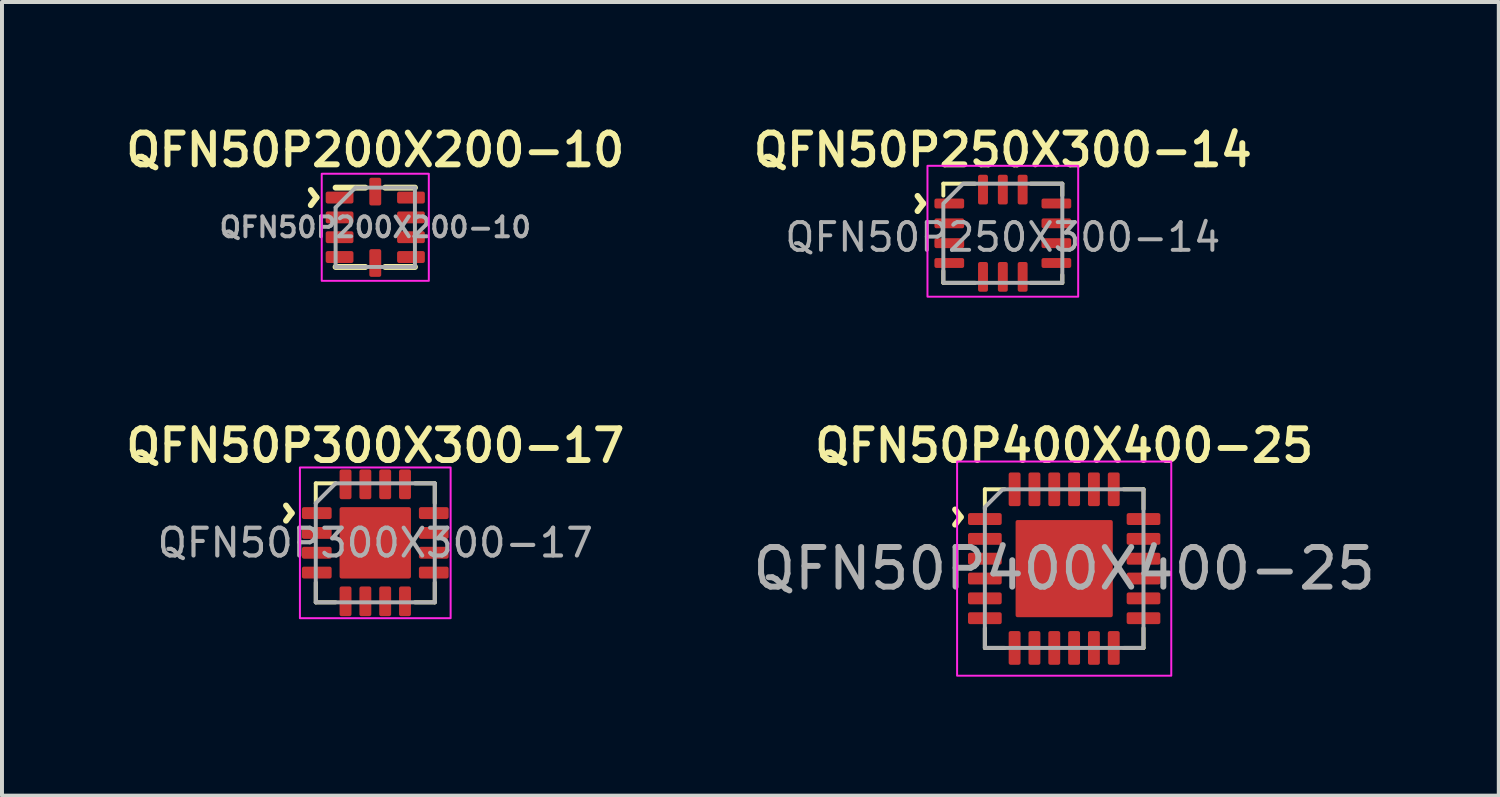
<source format=kicad_pcb>
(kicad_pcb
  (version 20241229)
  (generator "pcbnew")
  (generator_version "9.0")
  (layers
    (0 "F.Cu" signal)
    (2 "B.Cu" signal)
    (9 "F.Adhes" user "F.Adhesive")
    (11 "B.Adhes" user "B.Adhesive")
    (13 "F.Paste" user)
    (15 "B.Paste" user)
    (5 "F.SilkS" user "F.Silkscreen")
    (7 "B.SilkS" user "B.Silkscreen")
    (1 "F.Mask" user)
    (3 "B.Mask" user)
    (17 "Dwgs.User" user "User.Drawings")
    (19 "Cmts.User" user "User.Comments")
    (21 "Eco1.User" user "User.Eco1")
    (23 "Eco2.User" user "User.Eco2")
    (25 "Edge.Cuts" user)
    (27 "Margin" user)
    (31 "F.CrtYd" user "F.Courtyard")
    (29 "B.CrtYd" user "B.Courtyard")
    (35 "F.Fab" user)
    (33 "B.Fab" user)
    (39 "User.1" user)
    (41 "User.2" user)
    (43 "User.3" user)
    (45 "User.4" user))
  (footprint "QFN50P250X300-14"
    (layer "F.Cu")
    (at 22.235 2.831)
    (property "Reference" "QFN50P250X300-14" (at 0 -2.1 0) (layer "F.SilkS") (effects (font (size 0.8 0.8) (thickness 0.15))))
    (attr smd)
    (fp_line (start -1.5 -1.25) (end -1.5 -0.95) (stroke (width 0.1) (type solid)) (layer "F.SilkS"))
    (fp_line (start -1.5 -1.25) (end -0.7 -1.25) (stroke (width 0.1) (type solid)) (layer "F.SilkS"))
    (fp_line (start -1.5 1.25) (end -1.5 0.95) (stroke (width 0.1) (type solid)) (layer "F.SilkS"))
    (fp_line (start -1.5 1.25) (end -0.7 1.25) (stroke (width 0.1) (type solid)) (layer "F.SilkS"))
    (fp_line (start 1.5 -1.25) (end 0.7 -1.25) (stroke (width 0.1) (type solid)) (layer "F.SilkS"))
    (fp_line (start 1.5 -1.25) (end 1.5 -0.95) (stroke (width 0.1) (type solid)) (layer "F.SilkS"))
    (fp_line (start 1.5 1.25) (end 0.7 1.25) (stroke (width 0.1) (type solid)) (layer "F.SilkS"))
    (fp_line (start 1.5 1.25) (end 1.5 1.05) (stroke (width 0.1) (type solid)) (layer "F.SilkS"))
    (fp_poly (pts (xy -1.9 1.6) (xy 1.9 1.6) (xy 1.9 -1.7) (xy -1.9 -1.7)) (stroke (width 0.05) (type solid)) (fill no) (layer "F.CrtYd"))
    (fp_poly (pts (xy -1.5 -0.75) (xy -1 -1.25) (xy 1.5 -1.25) (xy 1.5 1.25) (xy -1.5 1.25)) (stroke (width 0.1) (type solid)) (fill no) (layer "F.Fab"))
    (fp_text user "^" (at -2.6 -0.75 270) (unlocked yes) (layer "F.SilkS") (effects (font (size 1 1) (thickness 0.15))))
    (fp_text user "${REFERENCE}" (at 0 0.1 0) (layer "F.Fab") (effects (font (size 0.7 0.7) (thickness 0.1))))
    (pad "1" smd roundrect (at -1.35 -0.75) (size 0.75 0.25) (layers "F.Cu" "F.Mask" "F.Paste") (roundrect_rratio 0.2))
    (pad "2" smd roundrect (at -1.35 -0.25) (size 0.75 0.25) (layers "F.Cu" "F.Mask" "F.Paste") (roundrect_rratio 0.2))
    (pad "3" smd roundrect (at -1.35 0.25) (size 0.75 0.25) (layers "F.Cu" "F.Mask" "F.Paste") (roundrect_rratio 0.2))
    (pad "4" smd roundrect (at -1.35 0.75) (size 0.75 0.25) (layers "F.Cu" "F.Mask" "F.Paste") (roundrect_rratio 0.2))
    (pad "5" smd roundrect (at -0.5 1.1 90) (size 0.75 0.25) (layers "F.Cu" "F.Mask" "F.Paste") (roundrect_rratio 0.2))
    (pad "6" smd roundrect (at 0 1.1 90) (size 0.75 0.25) (layers "F.Cu" "F.Mask" "F.Paste") (roundrect_rratio 0.2))
    (pad "7" smd roundrect (at 0.5 1.1 90) (size 0.75 0.25) (layers "F.Cu" "F.Mask" "F.Paste") (roundrect_rratio 0.2))
    (pad "8" smd roundrect (at 1.35 0.75) (size 0.75 0.25) (layers "F.Cu" "F.Mask" "F.Paste") (roundrect_rratio 0.2))
    (pad "9" smd roundrect (at 1.35 0.25) (size 0.75 0.25) (layers "F.Cu" "F.Mask" "F.Paste") (roundrect_rratio 0.2))
    (pad "10" smd roundrect (at 1.35 -0.25) (size 0.75 0.25) (layers "F.Cu" "F.Mask" "F.Paste") (roundrect_rratio 0.2))
    (pad "11" smd roundrect (at 1.35 -0.75) (size 0.75 0.25) (layers "F.Cu" "F.Mask" "F.Paste") (roundrect_rratio 0.2))
    (pad "12" smd roundrect (at 0.5 -1.1 90) (size 0.75 0.25) (layers "F.Cu" "F.Mask" "F.Paste") (roundrect_rratio 0.2))
    (pad "13" smd roundrect (at 0 -1.1 90) (size 0.75 0.25) (layers "F.Cu" "F.Mask" "F.Paste") (roundrect_rratio 0.2))
    (pad "14" smd roundrect (at -0.5 -1.1 90) (size 0.75 0.25) (layers "F.Cu" "F.Mask" "F.Paste") (roundrect_rratio 0.2)))
  (footprint "QFN50P300X300-17"
    (layer "F.Cu")
    (at 6.412 10.637)
    (property "Reference" "QFN50P300X300-17" (at 0 -2.45 0) (layer "F.SilkS") (effects (font (size 0.8 0.8) (thickness 0.15))))
    (attr smd)
    (fp_line (start -1.5 -1.5) (end -1.5 -1) (stroke (width 0.1) (type solid)) (layer "F.SilkS"))
    (fp_line (start -1.5 -1.5) (end -1 -1.5) (stroke (width 0.1) (type solid)) (layer "F.SilkS"))
    (fp_line (start -1.5 1.5) (end -1.5 1) (stroke (width 0.1) (type solid)) (layer "F.SilkS"))
    (fp_line (start -1.5 1.5) (end -1 1.5) (stroke (width 0.1) (type solid)) (layer "F.SilkS"))
    (fp_line (start 1.5 -1.5) (end 1 -1.5) (stroke (width 0.1) (type solid)) (layer "F.SilkS"))
    (fp_line (start 1.5 -1.5) (end 1.5 -1) (stroke (width 0.1) (type solid)) (layer "F.SilkS"))
    (fp_line (start 1.5 1.5) (end 1 1.5) (stroke (width 0.1) (type solid)) (layer "F.SilkS"))
    (fp_line (start 1.5 1.5) (end 1.5 1) (stroke (width 0.1) (type solid)) (layer "F.SilkS"))
    (fp_rect (start 1.9 -1.9) (end -1.9 1.9) (stroke (width 0.05) (type solid)) (fill no) (layer "F.CrtYd"))
    (fp_line (start -1.5 -1) (end -1 -1.5) (stroke (width 0.1) (type solid)) (layer "F.Fab"))
    (fp_line (start -1.5 1.5) (end -1.5 -1) (stroke (width 0.1) (type solid)) (layer "F.Fab"))
    (fp_line (start -1 -1.5) (end 1.5 -1.5) (stroke (width 0.1) (type solid)) (layer "F.Fab"))
    (fp_line (start 1.5 -1.5) (end 1.5 1.5) (stroke (width 0.1) (type solid)) (layer "F.Fab"))
    (fp_line (start 1.5 1.5) (end -1.5 1.5) (stroke (width 0.1) (type solid)) (layer "F.Fab"))
    (fp_text user "^" (at -2.7 -0.75 270) (unlocked yes) (layer "F.SilkS") (effects (font (size 1 1) (thickness 0.15))))
    (fp_text user "${REFERENCE}" (at 0 0 0) (layer "F.Fab") (effects (font (size 0.7 0.7) (thickness 0.105))))
    (pad "" smd roundrect (at -0.5 -0.5) (size 0.73 0.73) (layers "F.Paste") (roundrect_rratio 0.068))
    (pad "" smd roundrect (at -0.5 0.5) (size 0.73 0.73) (layers "F.Paste") (roundrect_rratio 0.068))
    (pad "" smd roundrect (at 0.5 -0.5) (size 0.73 0.73) (layers "F.Paste") (roundrect_rratio 0.068))
    (pad "" smd roundrect (at 0.5 0.5) (size 0.73 0.73) (layers "F.Paste") (roundrect_rratio 0.068))
    (pad "1" smd roundrect (at -1.475 -0.75) (size 0.75 0.3) (layers "F.Cu" "F.Mask" "F.Paste") (roundrect_rratio 0.167))
    (pad "2" smd roundrect (at -1.475 -0.25) (size 0.75 0.3) (layers "F.Cu" "F.Mask" "F.Paste") (roundrect_rratio 0.167))
    (pad "3" smd roundrect (at -1.475 0.25) (size 0.75 0.3) (layers "F.Cu" "F.Mask" "F.Paste") (roundrect_rratio 0.167))
    (pad "4" smd roundrect (at -1.475 0.75) (size 0.75 0.3) (layers "F.Cu" "F.Mask" "F.Paste") (roundrect_rratio 0.167))
    (pad "5" smd roundrect (at -0.75 1.475 90) (size 0.75 0.3) (layers "F.Cu" "F.Mask" "F.Paste") (roundrect_rratio 0.167))
    (pad "6" smd roundrect (at -0.25 1.475 90) (size 0.75 0.3) (layers "F.Cu" "F.Mask" "F.Paste") (roundrect_rratio 0.167))
    (pad "7" smd roundrect (at 0.25 1.475 90) (size 0.75 0.3) (layers "F.Cu" "F.Mask" "F.Paste") (roundrect_rratio 0.167))
    (pad "8" smd roundrect (at 0.75 1.475 90) (size 0.75 0.3) (layers "F.Cu" "F.Mask" "F.Paste") (roundrect_rratio 0.167))
    (pad "9" smd roundrect (at 1.475 0.75) (size 0.75 0.3) (layers "F.Cu" "F.Mask" "F.Paste") (roundrect_rratio 0.167))
    (pad "10" smd roundrect (at 1.475 0.25) (size 0.75 0.3) (layers "F.Cu" "F.Mask" "F.Paste") (roundrect_rratio 0.167))
    (pad "11" smd roundrect (at 1.475 -0.25) (size 0.75 0.3) (layers "F.Cu" "F.Mask" "F.Paste") (roundrect_rratio 0.167))
    (pad "12" smd roundrect (at 1.475 -0.75) (size 0.75 0.3) (layers "F.Cu" "F.Mask" "F.Paste") (roundrect_rratio 0.167))
    (pad "13" smd roundrect (at 0.75 -1.475 90) (size 0.75 0.3) (layers "F.Cu" "F.Mask" "F.Paste") (roundrect_rratio 0.167))
    (pad "14" smd roundrect (at 0.25 -1.475 90) (size 0.75 0.3) (layers "F.Cu" "F.Mask" "F.Paste") (roundrect_rratio 0.167))
    (pad "15" smd roundrect (at -0.25 -1.475 90) (size 0.75 0.3) (layers "F.Cu" "F.Mask" "F.Paste") (roundrect_rratio 0.167))
    (pad "16" smd roundrect (at -0.75 -1.475 90) (size 0.75 0.3) (layers "F.Cu" "F.Mask" "F.Paste") (roundrect_rratio 0.167))
    (pad "17" smd roundrect (at 0 0) (size 1.8 1.8) (layers "F.Cu" "F.Mask") (roundrect_rratio 0.028)))
  (footprint "QFN50P200X200-10"
    (layer "F.Cu")
    (at 6.412 2.681)
    (property "Reference" "QFN50P200X200-10" (at 0 -1.95 0) (layer "F.SilkS") (effects (font (size 0.8 0.8) (thickness 0.15))))
    (attr smd)
    (fp_line (start -1 -1) (end -0.25 -1) (stroke (width 0.15) (type solid)) (layer "F.SilkS"))
    (fp_line (start -1 1) (end -0.25 1) (stroke (width 0.15) (type solid)) (layer "F.SilkS"))
    (fp_line (start 1 -1) (end 0.25 -1) (stroke (width 0.15) (type solid)) (layer "F.SilkS"))
    (fp_line (start 1 1) (end 0.25 1) (stroke (width 0.15) (type solid)) (layer "F.SilkS"))
    (fp_poly (pts (xy 1.35 1.35) (xy 1.35 -1.35) (xy -1.35 -1.35) (xy -1.35 1.35)) (stroke (width 0.05) (type solid)) (fill no) (layer "F.CrtYd"))
    (fp_line (start -1 -0.5) (end -1 1) (stroke (width 0.1) (type solid)) (layer "F.Fab"))
    (fp_line (start -1 1) (end 1 1) (stroke (width 0.1) (type solid)) (layer "F.Fab"))
    (fp_line (start -0.5 -1) (end -1 -0.5) (stroke (width 0.1) (type solid)) (layer "F.Fab"))
    (fp_line (start 1 -1) (end -0.5 -1) (stroke (width 0.1) (type solid)) (layer "F.Fab"))
    (fp_line (start 1 1) (end 1 -1) (stroke (width 0.1) (type solid)) (layer "F.Fab"))
    (fp_text user "^" (at -2.075 -0.75 270) (unlocked yes) (layer "F.SilkS") (effects (font (size 1 1) (thickness 0.15))))
    (fp_text user "${REFERENCE}" (at 0 0 0) (layer "F.Fab") (effects (font (size 0.5 0.5) (thickness 0.1) (bold yes))))
    (pad "1" smd roundrect (at -0.9 -0.75) (size 0.7 0.3) (layers "F.Cu" "F.Mask" "F.Paste") (roundrect_rratio 0.167))
    (pad "2" smd roundrect (at -0.9 -0.25) (size 0.7 0.3) (layers "F.Cu" "F.Mask" "F.Paste") (roundrect_rratio 0.167))
    (pad "3" smd roundrect (at -0.9 0.25) (size 0.7 0.3) (layers "F.Cu" "F.Mask" "F.Paste") (roundrect_rratio 0.167))
    (pad "4" smd roundrect (at -0.9 0.75) (size 0.7 0.3) (layers "F.Cu" "F.Mask" "F.Paste") (roundrect_rratio 0.167))
    (pad "5" smd roundrect (at 0 0.9 90) (size 0.7 0.3) (layers "F.Cu" "F.Mask" "F.Paste") (roundrect_rratio 0.167))
    (pad "6" smd roundrect (at 0.9 0.75) (size 0.7 0.3) (layers "F.Cu" "F.Mask" "F.Paste") (roundrect_rratio 0.167))
    (pad "7" smd roundrect (at 0.9 0.25) (size 0.7 0.3) (layers "F.Cu" "F.Mask" "F.Paste") (roundrect_rratio 0.167))
    (pad "8" smd roundrect (at 0.9 -0.25) (size 0.7 0.3) (layers "F.Cu" "F.Mask" "F.Paste") (roundrect_rratio 0.167))
    (pad "9" smd roundrect (at 0.9 -0.75) (size 0.7 0.3) (layers "F.Cu" "F.Mask" "F.Paste") (roundrect_rratio 0.167))
    (pad "10" smd roundrect (at 0 -0.9 90) (size 0.7 0.3) (layers "F.Cu" "F.Mask" "F.Paste") (roundrect_rratio 0.167)))
  (footprint "QFN50P400X400-25"
    (layer "F.Cu")
    (at 23.782 11.287)
    (property "Reference" "QFN50P400X400-25" (at 0 -3.1 0) (layer "F.SilkS") (effects (font (size 0.8 0.8) (thickness 0.15))))
    (attr smd)
    (fp_line (start -2 -2) (end -1.5 -2) (stroke (width 0.1) (type solid)) (layer "F.SilkS"))
    (fp_line (start -2 -1.5) (end -2 -2) (stroke (width 0.1) (type solid)) (layer "F.SilkS"))
    (fp_line (start -2 2) (end -2 1.5) (stroke (width 0.1) (type solid)) (layer "F.SilkS"))
    (fp_line (start -1.5 2) (end -2 2) (stroke (width 0.1) (type solid)) (layer "F.SilkS"))
    (fp_line (start 1.5 -2) (end 2 -2) (stroke (width 0.1) (type solid)) (layer "F.SilkS"))
    (fp_line (start 2 -2) (end 2 -1.5) (stroke (width 0.1) (type solid)) (layer "F.SilkS"))
    (fp_line (start 2 1.5) (end 2 2) (stroke (width 0.1) (type solid)) (layer "F.SilkS"))
    (fp_line (start 2 2) (end 1.5 2) (stroke (width 0.1) (type solid)) (layer "F.SilkS"))
    (fp_poly (pts (xy 2.7 -2.7) (xy -2.7 -2.7) (xy -2.7 2.7) (xy 2.7 2.7)) (stroke (width 0.05) (type solid)) (fill no) (layer "F.CrtYd"))
    (fp_poly (pts (xy -2 2) (xy -2 -1.55) (xy -1.55 -2) (xy 2 -2) (xy 2 2)) (stroke (width 0.1) (type solid)) (fill no) (layer "F.Fab"))
    (fp_text user "^" (at -3.2 -1.3 270) (unlocked yes) (layer "F.SilkS") (effects (font (size 1 1) (thickness 0.15))))
    (fp_text user "${REFERENCE}" (at 0 0 0) (layer "F.Fab") (effects (font (size 1 1) (thickness 0.15))))
    (pad "" smd roundrect (at -0.7 -0.7) (size 1 1) (layers "F.Paste") (roundrect_rratio 0.05))
    (pad "" smd roundrect (at -0.7 0.7) (size 1 1) (layers "F.Paste") (roundrect_rratio 0.05))
    (pad "" smd roundrect (at 0.7 -0.7) (size 1 1) (layers "F.Paste") (roundrect_rratio 0.05))
    (pad "" smd roundrect (at 0.7 0.7) (size 1 1) (layers "F.Paste") (roundrect_rratio 0.05))
    (pad "1" smd roundrect (at -2 -1.25 90) (size 0.3 0.85) (layers "F.Cu" "F.Mask" "F.Paste") (roundrect_rratio 0.167))
    (pad "2" smd roundrect (at -2 -0.75 90) (size 0.3 0.85) (layers "F.Cu" "F.Mask" "F.Paste") (roundrect_rratio 0.167))
    (pad "3" smd roundrect (at -2 -0.25 90) (size 0.3 0.85) (layers "F.Cu" "F.Mask" "F.Paste") (roundrect_rratio 0.167))
    (pad "4" smd roundrect (at -2 0.25 90) (size 0.3 0.85) (layers "F.Cu" "F.Mask" "F.Paste") (roundrect_rratio 0.167))
    (pad "5" smd roundrect (at -2 0.75 90) (size 0.3 0.85) (layers "F.Cu" "F.Mask" "F.Paste") (roundrect_rratio 0.167))
    (pad "6" smd roundrect (at -2 1.25 90) (size 0.3 0.85) (layers "F.Cu" "F.Mask" "F.Paste") (roundrect_rratio 0.167))
    (pad "7" smd roundrect (at -1.25 2) (size 0.3 0.85) (layers "F.Cu" "F.Mask" "F.Paste") (roundrect_rratio 0.167))
    (pad "8" smd roundrect (at -0.75 2) (size 0.3 0.85) (layers "F.Cu" "F.Mask" "F.Paste") (roundrect_rratio 0.167))
    (pad "9" smd roundrect (at -0.25 2) (size 0.3 0.85) (layers "F.Cu" "F.Mask" "F.Paste") (roundrect_rratio 0.167))
    (pad "10" smd roundrect (at 0.25 2) (size 0.3 0.85) (layers "F.Cu" "F.Mask" "F.Paste") (roundrect_rratio 0.167))
    (pad "11" smd roundrect (at 0.75 2) (size 0.3 0.85) (layers "F.Cu" "F.Mask" "F.Paste") (roundrect_rratio 0.167))
    (pad "12" smd roundrect (at 1.25 2) (size 0.3 0.85) (layers "F.Cu" "F.Mask" "F.Paste") (roundrect_rratio 0.167))
    (pad "13" smd roundrect (at 2 1.25 90) (size 0.3 0.85) (layers "F.Cu" "F.Mask" "F.Paste") (roundrect_rratio 0.167))
    (pad "14" smd roundrect (at 2 0.75 90) (size 0.3 0.85) (layers "F.Cu" "F.Mask" "F.Paste") (roundrect_rratio 0.167))
    (pad "15" smd roundrect (at 2 0.25 90) (size 0.3 0.85) (layers "F.Cu" "F.Mask" "F.Paste") (roundrect_rratio 0.167))
    (pad "16" smd roundrect (at 2 -0.25 90) (size 0.3 0.85) (layers "F.Cu" "F.Mask" "F.Paste") (roundrect_rratio 0.167))
    (pad "17" smd roundrect (at 2 -0.75 90) (size 0.3 0.85) (layers "F.Cu" "F.Mask" "F.Paste") (roundrect_rratio 0.167))
    (pad "18" smd roundrect (at 2 -1.25 90) (size 0.3 0.85) (layers "F.Cu" "F.Mask" "F.Paste") (roundrect_rratio 0.167))
    (pad "19" smd roundrect (at 1.25 -2) (size 0.3 0.85) (layers "F.Cu" "F.Mask" "F.Paste") (roundrect_rratio 0.167))
    (pad "20" smd roundrect (at 0.75 -2) (size 0.3 0.85) (layers "F.Cu" "F.Mask" "F.Paste") (roundrect_rratio 0.167))
    (pad "21" smd roundrect (at 0.25 -2) (size 0.3 0.85) (layers "F.Cu" "F.Mask" "F.Paste") (roundrect_rratio 0.167))
    (pad "22" smd roundrect (at -0.25 -2) (size 0.3 0.85) (layers "F.Cu" "F.Mask" "F.Paste") (roundrect_rratio 0.167))
    (pad "23" smd roundrect (at -0.75 -2) (size 0.3 0.85) (layers "F.Cu" "F.Mask" "F.Paste") (roundrect_rratio 0.167))
    (pad "24" smd roundrect (at -1.25 -2) (size 0.3 0.85) (layers "F.Cu" "F.Mask" "F.Paste") (roundrect_rratio 0.167))
    (pad "25" smd roundrect (at 0 0) (size 2.45 2.45) (layers "F.Cu" "F.Mask") (roundrect_rratio 0.02)))
  (gr_rect
    (start -3 -3)
    (end 34.74 17.012)
    (stroke (width 0.1) (type default))
    (fill no)
    (layer "Edge.Cuts")))
</source>
